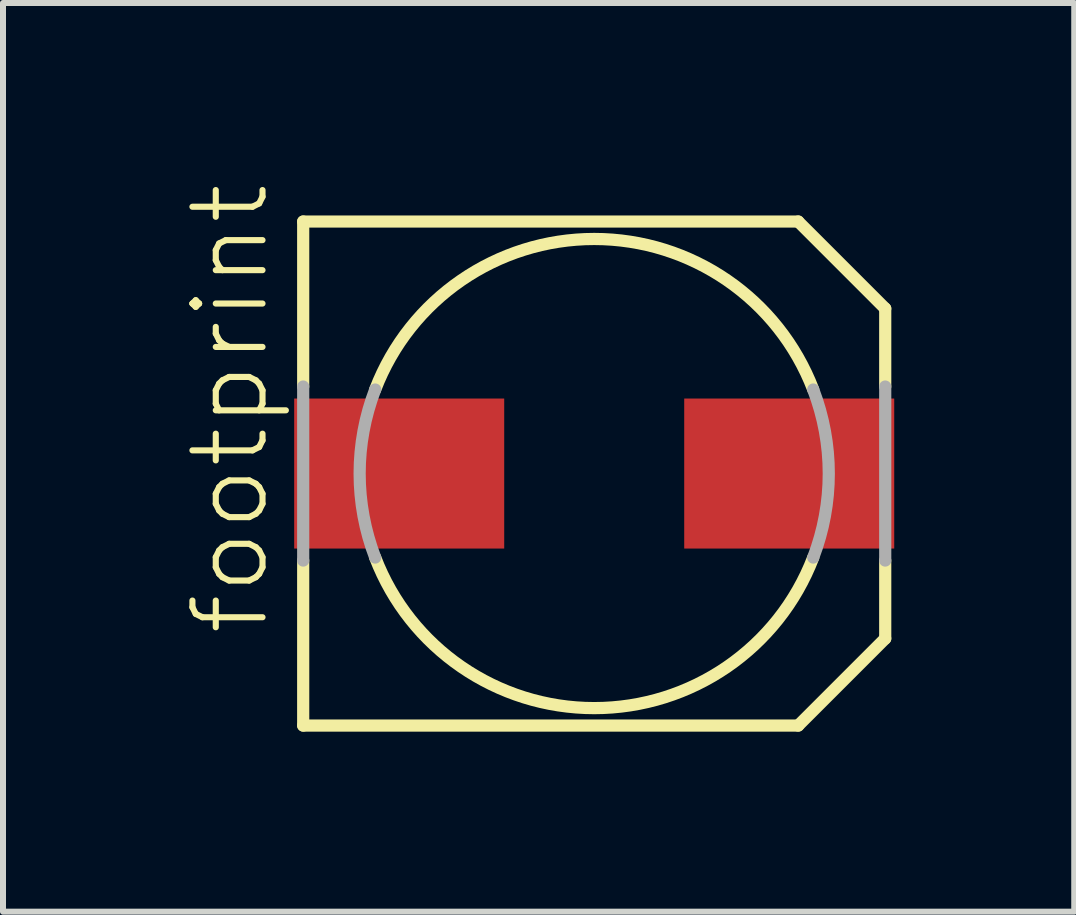
<source format=kicad_pcb>
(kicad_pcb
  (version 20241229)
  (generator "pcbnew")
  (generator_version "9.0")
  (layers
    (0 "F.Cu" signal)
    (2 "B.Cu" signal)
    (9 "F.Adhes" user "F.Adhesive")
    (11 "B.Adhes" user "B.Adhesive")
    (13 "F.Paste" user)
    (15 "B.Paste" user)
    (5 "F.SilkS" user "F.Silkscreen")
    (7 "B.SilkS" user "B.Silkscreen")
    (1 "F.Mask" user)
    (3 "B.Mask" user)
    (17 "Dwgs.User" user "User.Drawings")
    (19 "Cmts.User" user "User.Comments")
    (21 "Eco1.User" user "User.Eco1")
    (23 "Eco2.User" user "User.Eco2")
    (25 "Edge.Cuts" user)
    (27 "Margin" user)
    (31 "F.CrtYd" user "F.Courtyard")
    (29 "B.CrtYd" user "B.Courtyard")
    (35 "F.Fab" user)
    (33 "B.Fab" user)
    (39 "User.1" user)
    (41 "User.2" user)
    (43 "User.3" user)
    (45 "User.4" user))
  (footprint "footprint"
    (layer "F.Cu")
    (at 6.853 4.842)
    (property "Reference" "footprint" (at -5.38 2.74 90) (layer "F.SilkS") (effects (font (size 1.168 1.168) (thickness 0.102)) (justify left bottom)))
    (fp_line (start -4.85 -4.2) (end 3.4 -4.2) (stroke (width 0.203) (type solid)) (layer "F.SilkS"))
    (fp_line (start -4.85 -1.45) (end -4.85 -4.2) (stroke (width 0.203) (type solid)) (layer "F.SilkS"))
    (fp_line (start -4.85 4.2) (end -4.85 1.45) (stroke (width 0.203) (type solid)) (layer "F.SilkS"))
    (fp_line (start 3.4 4.2) (end -4.85 4.2) (stroke (width 0.203) (type solid)) (layer "F.SilkS"))
    (fp_line (start 4.85 -2.75) (end 3.4 -4.2) (stroke (width 0.203) (type solid)) (layer "F.SilkS"))
    (fp_line (start 4.85 -2.75) (end 4.85 -1.45) (stroke (width 0.203) (type solid)) (layer "F.SilkS"))
    (fp_line (start 4.85 1.45) (end 4.85 2.75) (stroke (width 0.203) (type solid)) (layer "F.SilkS"))
    (fp_line (start 4.85 2.75) (end 3.4 4.2) (stroke (width 0.203) (type solid)) (layer "F.SilkS"))
    (fp_arc (start -3.65 -1.4) (mid 0 -3.909284) (end 3.65 -1.4) (stroke (width 0.2032) (type solid)) (layer "F.SilkS"))
    (fp_arc (start 3.65 1.4) (mid 0 3.909284) (end -3.65 1.4) (stroke (width 0.2032) (type solid)) (layer "F.SilkS"))
    (fp_line (start -4.85 1.45) (end -4.85 -1.45) (stroke (width 0.203) (type solid)) (layer "F.Fab"))
    (fp_line (start 4.85 -1.45) (end 4.85 1.45) (stroke (width 0.203) (type solid)) (layer "F.Fab"))
    (fp_arc (start -3.65 1.4) (mid -3.909284 0) (end -3.65 -1.4) (stroke (width 0.2032) (type solid)) (layer "F.Fab"))
    (fp_arc (start 3.65 -1.4) (mid 3.909284 0) (end 3.65 1.4) (stroke (width 0.2032) (type solid)) (layer "F.Fab"))
    (pad "+" smd rect (at 3.25 0) (size 3.5 2.5) (layers "F.Cu" "F.Mask" "F.Paste"))
    (pad "-" smd rect (at -3.25 0) (size 3.5 2.5) (layers "F.Cu" "F.Mask" "F.Paste")))
  (gr_rect
    (start -3 -3)
    (end 14.853 12.144)
    (stroke (width 0.1) (type default))
    (fill no)
    (layer "Edge.Cuts")))
</source>
